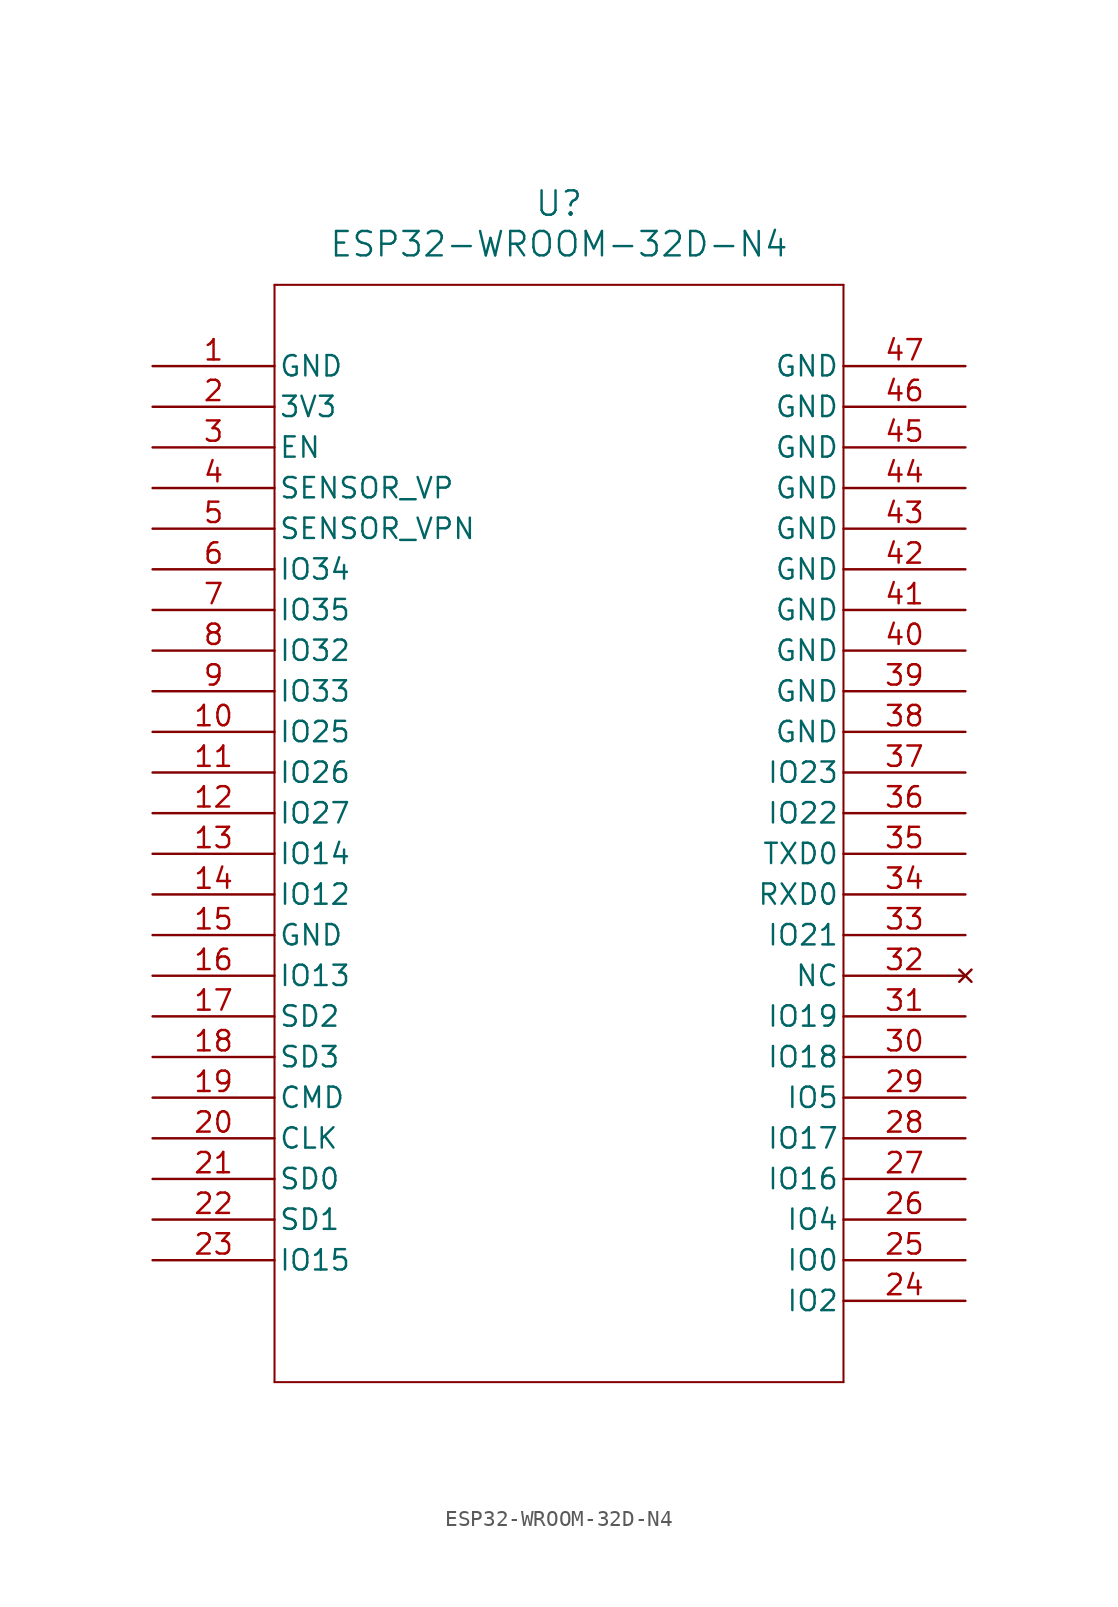
<source format=kicad_sym>
(kicad_symbol_lib
  (version 20211014)
  (generator kicad_symbol_editor)
  (symbol "ESP32-WROOM-32D-N4"
    (pin_names
      (offset 0.254))
    (property "Reference" "U"
      (at 25.4 10.16 0)
      (effects (font (size 1.524 1.524))))
    (property "Value" "ESP32-WROOM-32D-N4"
      (at 25.4 7.62 0)
      (effects (font (size 1.524 1.524))))
    (symbol "ESP32-WROOM-32D-N4_0_1"
      (polyline (pts (xy 7.62 5.08) (xy 7.62 -63.5)) (stroke (width 0.127) (type default) (color 0 0 0 0)) (fill (type none)))
      (polyline (pts (xy 7.62 -63.5) (xy 43.18 -63.5)) (stroke (width 0.127) (type default) (color 0 0 0 0)) (fill (type none)))
      (polyline (pts (xy 43.18 -63.5) (xy 43.18 5.08)) (stroke (width 0.127) (type default) (color 0 0 0 0)) (fill (type none)))
      (polyline (pts (xy 43.18 5.08) (xy 7.62 5.08)) (stroke (width 0.127) (type default) (color 0 0 0 0)) (fill (type none)))
      (pin power_out line (at 0 0 0) (length 7.62) (name "GND" (effects (font (size 1.27 1.27)))) (number "1" (effects (font (size 1.27 1.27)))))
      (pin power_in line (at 0 -2.54 0) (length 7.62) (name "3V3" (effects (font (size 1.27 1.27)))) (number "2" (effects (font (size 1.27 1.27)))))
      (pin input line (at 0 -5.08 0) (length 7.62) (name "EN" (effects (font (size 1.27 1.27)))) (number "3" (effects (font (size 1.27 1.27)))))
      (pin input line (at 0 -7.62 0) (length 7.62) (name "SENSOR_VP" (effects (font (size 1.27 1.27)))) (number "4" (effects (font (size 1.27 1.27)))))
      (pin input line (at 0 -10.16 0) (length 7.62) (name "SENSOR_VPN" (effects (font (size 1.27 1.27)))) (number "5" (effects (font (size 1.27 1.27)))))
      (pin input line (at 0 -12.7 0) (length 7.62) (name "IO34" (effects (font (size 1.27 1.27)))) (number "6" (effects (font (size 1.27 1.27)))))
      (pin input line (at 0 -15.24 0) (length 7.62) (name "IO35" (effects (font (size 1.27 1.27)))) (number "7" (effects (font (size 1.27 1.27)))))
      (pin bidirectional line (at 0 -17.78 0) (length 7.62) (name "IO32" (effects (font (size 1.27 1.27)))) (number "8" (effects (font (size 1.27 1.27)))))
      (pin bidirectional line (at 0 -20.32 0) (length 7.62) (name "IO33" (effects (font (size 1.27 1.27)))) (number "9" (effects (font (size 1.27 1.27)))))
      (pin bidirectional line (at 0 -22.86 0) (length 7.62) (name "IO25" (effects (font (size 1.27 1.27)))) (number "10" (effects (font (size 1.27 1.27)))))
      (pin bidirectional line (at 0 -25.4 0) (length 7.62) (name "IO26" (effects (font (size 1.27 1.27)))) (number "11" (effects (font (size 1.27 1.27)))))
      (pin bidirectional line (at 0 -27.94 0) (length 7.62) (name "IO27" (effects (font (size 1.27 1.27)))) (number "12" (effects (font (size 1.27 1.27)))))
      (pin bidirectional line (at 0 -30.48 0) (length 7.62) (name "IO14" (effects (font (size 1.27 1.27)))) (number "13" (effects (font (size 1.27 1.27)))))
      (pin bidirectional line (at 0 -33.02 0) (length 7.62) (name "IO12" (effects (font (size 1.27 1.27)))) (number "14" (effects (font (size 1.27 1.27)))))
      (pin power_out line (at 0 -35.56 0) (length 7.62) (name "GND" (effects (font (size 1.27 1.27)))) (number "15" (effects (font (size 1.27 1.27)))))
      (pin bidirectional line (at 0 -38.1 0) (length 7.62) (name "IO13" (effects (font (size 1.27 1.27)))) (number "16" (effects (font (size 1.27 1.27)))))
      (pin bidirectional line (at 0 -40.64 0) (length 7.62) (name "SD2" (effects (font (size 1.27 1.27)))) (number "17" (effects (font (size 1.27 1.27)))))
      (pin bidirectional line (at 0 -43.18 0) (length 7.62) (name "SD3" (effects (font (size 1.27 1.27)))) (number "18" (effects (font (size 1.27 1.27)))))
      (pin bidirectional line (at 0 -45.72 0) (length 7.62) (name "CMD" (effects (font (size 1.27 1.27)))) (number "19" (effects (font (size 1.27 1.27)))))
      (pin bidirectional line (at 0 -48.26 0) (length 7.62) (name "CLK" (effects (font (size 1.27 1.27)))) (number "20" (effects (font (size 1.27 1.27)))))
      (pin bidirectional line (at 0 -50.8 0) (length 7.62) (name "SD0" (effects (font (size 1.27 1.27)))) (number "21" (effects (font (size 1.27 1.27)))))
      (pin bidirectional line (at 0 -53.34 0) (length 7.62) (name "SD1" (effects (font (size 1.27 1.27)))) (number "22" (effects (font (size 1.27 1.27)))))
      (pin bidirectional line (at 0 -55.88 0) (length 7.62) (name "IO15" (effects (font (size 1.27 1.27)))) (number "23" (effects (font (size 1.27 1.27)))))
      (pin bidirectional line (at 50.8 -58.42 180) (length 7.62) (name "IO2" (effects (font (size 1.27 1.27)))) (number "24" (effects (font (size 1.27 1.27)))))
      (pin bidirectional line (at 50.8 -55.88 180) (length 7.62) (name "IO0" (effects (font (size 1.27 1.27)))) (number "25" (effects (font (size 1.27 1.27)))))
      (pin bidirectional line (at 50.8 -53.34 180) (length 7.62) (name "IO4" (effects (font (size 1.27 1.27)))) (number "26" (effects (font (size 1.27 1.27)))))
      (pin bidirectional line (at 50.8 -50.8 180) (length 7.62) (name "IO16" (effects (font (size 1.27 1.27)))) (number "27" (effects (font (size 1.27 1.27)))))
      (pin bidirectional line (at 50.8 -48.26 180) (length 7.62) (name "IO17" (effects (font (size 1.27 1.27)))) (number "28" (effects (font (size 1.27 1.27)))))
      (pin bidirectional line (at 50.8 -45.72 180) (length 7.62) (name "IO5" (effects (font (size 1.27 1.27)))) (number "29" (effects (font (size 1.27 1.27)))))
      (pin bidirectional line (at 50.8 -43.18 180) (length 7.62) (name "IO18" (effects (font (size 1.27 1.27)))) (number "30" (effects (font (size 1.27 1.27)))))
      (pin bidirectional line (at 50.8 -40.64 180) (length 7.62) (name "IO19" (effects (font (size 1.27 1.27)))) (number "31" (effects (font (size 1.27 1.27)))))
      (pin no_connect line (at 50.8 -38.1 180) (length 7.62) (name "NC" (effects (font (size 1.27 1.27)))) (number "32" (effects (font (size 1.27 1.27)))))
      (pin bidirectional line (at 50.8 -35.56 180) (length 7.62) (name "IO21" (effects (font (size 1.27 1.27)))) (number "33" (effects (font (size 1.27 1.27)))))
      (pin bidirectional line (at 50.8 -33.02 180) (length 7.62) (name "RXD0" (effects (font (size 1.27 1.27)))) (number "34" (effects (font (size 1.27 1.27)))))
      (pin bidirectional line (at 50.8 -30.48 180) (length 7.62) (name "TXD0" (effects (font (size 1.27 1.27)))) (number "35" (effects (font (size 1.27 1.27)))))
      (pin bidirectional line (at 50.8 -27.94 180) (length 7.62) (name "IO22" (effects (font (size 1.27 1.27)))) (number "36" (effects (font (size 1.27 1.27)))))
      (pin bidirectional line (at 50.8 -25.4 180) (length 7.62) (name "IO23" (effects (font (size 1.27 1.27)))) (number "37" (effects (font (size 1.27 1.27)))))
      (pin power_out line (at 50.8 -22.86 180) (length 7.62) (name "GND" (effects (font (size 1.27 1.27)))) (number "38" (effects (font (size 1.27 1.27)))))
      (pin power_out line (at 50.8 -20.32 180) (length 7.62) (name "GND" (effects (font (size 1.27 1.27)))) (number "39" (effects (font (size 1.27 1.27)))))
      (pin power_out line (at 50.8 -17.78 180) (length 7.62) (name "GND" (effects (font (size 1.27 1.27)))) (number "40" (effects (font (size 1.27 1.27)))))
      (pin power_out line (at 50.8 -15.24 180) (length 7.62) (name "GND" (effects (font (size 1.27 1.27)))) (number "41" (effects (font (size 1.27 1.27)))))
      (pin power_out line (at 50.8 -12.7 180) (length 7.62) (name "GND" (effects (font (size 1.27 1.27)))) (number "42" (effects (font (size 1.27 1.27)))))
      (pin power_out line (at 50.8 -10.16 180) (length 7.62) (name "GND" (effects (font (size 1.27 1.27)))) (number "43" (effects (font (size 1.27 1.27)))))
      (pin power_out line (at 50.8 -7.62 180) (length 7.62) (name "GND" (effects (font (size 1.27 1.27)))) (number "44" (effects (font (size 1.27 1.27)))))
      (pin power_out line (at 50.8 -5.08 180) (length 7.62) (name "GND" (effects (font (size 1.27 1.27)))) (number "45" (effects (font (size 1.27 1.27)))))
      (pin power_out line (at 50.8 -2.54 180) (length 7.62) (name "GND" (effects (font (size 1.27 1.27)))) (number "46" (effects (font (size 1.27 1.27)))))
      (pin power_out line (at 50.8 0 180) (length 7.62) (name "GND" (effects (font (size 1.27 1.27)))) (number "47" (effects (font (size 1.27 1.27))))))))
</source>
